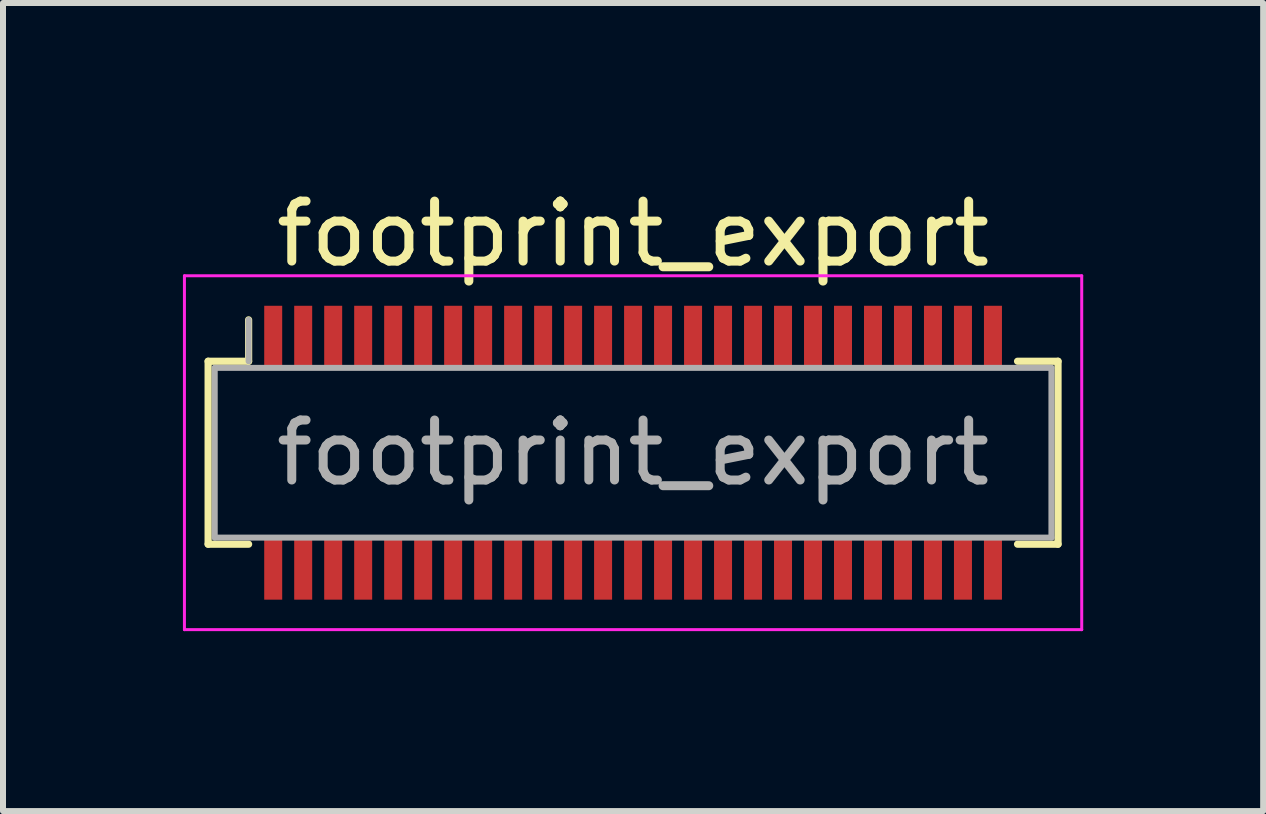
<source format=kicad_pcb>
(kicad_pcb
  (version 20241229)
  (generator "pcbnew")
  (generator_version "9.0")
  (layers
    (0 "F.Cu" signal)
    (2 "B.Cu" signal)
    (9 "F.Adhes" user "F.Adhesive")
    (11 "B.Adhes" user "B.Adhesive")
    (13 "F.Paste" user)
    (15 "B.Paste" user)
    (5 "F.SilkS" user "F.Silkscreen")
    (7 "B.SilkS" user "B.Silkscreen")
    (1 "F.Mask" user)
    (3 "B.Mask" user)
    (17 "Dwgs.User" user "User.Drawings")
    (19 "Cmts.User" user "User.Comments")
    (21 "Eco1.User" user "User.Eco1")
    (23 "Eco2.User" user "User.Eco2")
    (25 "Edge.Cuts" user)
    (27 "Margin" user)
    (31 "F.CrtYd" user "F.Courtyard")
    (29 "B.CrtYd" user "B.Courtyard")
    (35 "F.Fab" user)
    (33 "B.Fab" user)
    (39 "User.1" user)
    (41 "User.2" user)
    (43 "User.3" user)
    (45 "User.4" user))
  (footprint "footprint_export"
    (layer "F.Cu")
    (at 7.505 4.498)
    (property "Reference" "footprint_export" (at 0 -3.65 0) (layer "F.SilkS") (effects (font (size 1 1) (thickness 0.15))))
    (attr smd)
    (fp_line (start -7.085 -1.525) (end -6.41 -1.525) (stroke (width 0.12) (type solid)) (layer "F.SilkS"))
    (fp_line (start -7.085 1.525) (end -7.085 -1.525) (stroke (width 0.12) (type solid)) (layer "F.SilkS"))
    (fp_line (start -6.41 -1.525) (end -6.41 -2.215) (stroke (width 0.12) (type solid)) (layer "F.SilkS"))
    (fp_line (start -6.41 1.525) (end -7.085 1.525) (stroke (width 0.12) (type solid)) (layer "F.SilkS"))
    (fp_line (start 6.41 1.525) (end 7.085 1.525) (stroke (width 0.12) (type solid)) (layer "F.SilkS"))
    (fp_line (start 7.085 -1.525) (end 6.41 -1.525) (stroke (width 0.12) (type solid)) (layer "F.SilkS"))
    (fp_line (start 7.085 1.525) (end 7.085 -1.525) (stroke (width 0.12) (type solid)) (layer "F.SilkS"))
    (fp_line (start -7.48 -2.95) (end -7.48 2.95) (stroke (width 0.05) (type solid)) (layer "F.CrtYd"))
    (fp_line (start -7.48 2.95) (end 7.48 2.95) (stroke (width 0.05) (type solid)) (layer "F.CrtYd"))
    (fp_line (start 7.48 -2.95) (end -7.48 -2.95) (stroke (width 0.05) (type solid)) (layer "F.CrtYd"))
    (fp_line (start 7.48 2.95) (end 7.48 -2.95) (stroke (width 0.05) (type solid)) (layer "F.CrtYd"))
    (fp_line (start -6.975 -1.415) (end -6.975 1.415) (stroke (width 0.1) (type solid)) (layer "F.Fab"))
    (fp_line (start -6.975 1.415) (end 6.975 1.415) (stroke (width 0.1) (type solid)) (layer "F.Fab"))
    (fp_line (start -6.41 -1.525) (end -6.41 -2.215) (stroke (width 0.1) (type solid)) (layer "F.Fab"))
    (fp_line (start 6.975 -1.415) (end -6.975 -1.415) (stroke (width 0.1) (type solid)) (layer "F.Fab"))
    (fp_line (start 6.975 1.415) (end 6.975 -1.415) (stroke (width 0.1) (type solid)) (layer "F.Fab"))
    (fp_text user "${REFERENCE}" (at 0 0 0) (layer "F.Fab") (effects (font (size 1 1) (thickness 0.15))))
    (pad "1" smd rect (at -6 -1.95) (size 0.3 1) (layers "F.Cu" "F.Mask" "F.Paste"))
    (pad "2" smd rect (at -6 1.95) (size 0.3 1) (layers "F.Cu" "F.Mask" "F.Paste"))
    (pad "3" smd rect (at -5.5 -1.95) (size 0.3 1) (layers "F.Cu" "F.Mask" "F.Paste"))
    (pad "4" smd rect (at -5.5 1.95) (size 0.3 1) (layers "F.Cu" "F.Mask" "F.Paste"))
    (pad "5" smd rect (at -5 -1.95) (size 0.3 1) (layers "F.Cu" "F.Mask" "F.Paste"))
    (pad "6" smd rect (at -5 1.95) (size 0.3 1) (layers "F.Cu" "F.Mask" "F.Paste"))
    (pad "7" smd rect (at -4.5 -1.95) (size 0.3 1) (layers "F.Cu" "F.Mask" "F.Paste"))
    (pad "8" smd rect (at -4.5 1.95) (size 0.3 1) (layers "F.Cu" "F.Mask" "F.Paste"))
    (pad "9" smd rect (at -4 -1.95) (size 0.3 1) (layers "F.Cu" "F.Mask" "F.Paste"))
    (pad "10" smd rect (at -4 1.95) (size 0.3 1) (layers "F.Cu" "F.Mask" "F.Paste"))
    (pad "11" smd rect (at -3.5 -1.95) (size 0.3 1) (layers "F.Cu" "F.Mask" "F.Paste"))
    (pad "12" smd rect (at -3.5 1.95) (size 0.3 1) (layers "F.Cu" "F.Mask" "F.Paste"))
    (pad "13" smd rect (at -3 -1.95) (size 0.3 1) (layers "F.Cu" "F.Mask" "F.Paste"))
    (pad "14" smd rect (at -3 1.95) (size 0.3 1) (layers "F.Cu" "F.Mask" "F.Paste"))
    (pad "15" smd rect (at -2.5 -1.95) (size 0.3 1) (layers "F.Cu" "F.Mask" "F.Paste"))
    (pad "16" smd rect (at -2.5 1.95) (size 0.3 1) (layers "F.Cu" "F.Mask" "F.Paste"))
    (pad "17" smd rect (at -2 -1.95) (size 0.3 1) (layers "F.Cu" "F.Mask" "F.Paste"))
    (pad "18" smd rect (at -2 1.95) (size 0.3 1) (layers "F.Cu" "F.Mask" "F.Paste"))
    (pad "19" smd rect (at -1.5 -1.95) (size 0.3 1) (layers "F.Cu" "F.Mask" "F.Paste"))
    (pad "20" smd rect (at -1.5 1.95) (size 0.3 1) (layers "F.Cu" "F.Mask" "F.Paste"))
    (pad "21" smd rect (at -1 -1.95) (size 0.3 1) (layers "F.Cu" "F.Mask" "F.Paste"))
    (pad "22" smd rect (at -1 1.95) (size 0.3 1) (layers "F.Cu" "F.Mask" "F.Paste"))
    (pad "23" smd rect (at -0.5 -1.95) (size 0.3 1) (layers "F.Cu" "F.Mask" "F.Paste"))
    (pad "24" smd rect (at -0.5 1.95) (size 0.3 1) (layers "F.Cu" "F.Mask" "F.Paste"))
    (pad "25" smd rect (at 0 -1.95) (size 0.3 1) (layers "F.Cu" "F.Mask" "F.Paste"))
    (pad "26" smd rect (at 0 1.95) (size 0.3 1) (layers "F.Cu" "F.Mask" "F.Paste"))
    (pad "27" smd rect (at 0.5 -1.95) (size 0.3 1) (layers "F.Cu" "F.Mask" "F.Paste"))
    (pad "28" smd rect (at 0.5 1.95) (size 0.3 1) (layers "F.Cu" "F.Mask" "F.Paste"))
    (pad "29" smd rect (at 1 -1.95) (size 0.3 1) (layers "F.Cu" "F.Mask" "F.Paste"))
    (pad "30" smd rect (at 1 1.95) (size 0.3 1) (layers "F.Cu" "F.Mask" "F.Paste"))
    (pad "31" smd rect (at 1.5 -1.95) (size 0.3 1) (layers "F.Cu" "F.Mask" "F.Paste"))
    (pad "32" smd rect (at 1.5 1.95) (size 0.3 1) (layers "F.Cu" "F.Mask" "F.Paste"))
    (pad "33" smd rect (at 2 -1.95) (size 0.3 1) (layers "F.Cu" "F.Mask" "F.Paste"))
    (pad "34" smd rect (at 2 1.95) (size 0.3 1) (layers "F.Cu" "F.Mask" "F.Paste"))
    (pad "35" smd rect (at 2.5 -1.95) (size 0.3 1) (layers "F.Cu" "F.Mask" "F.Paste"))
    (pad "36" smd rect (at 2.5 1.95) (size 0.3 1) (layers "F.Cu" "F.Mask" "F.Paste"))
    (pad "37" smd rect (at 3 -1.95) (size 0.3 1) (layers "F.Cu" "F.Mask" "F.Paste"))
    (pad "38" smd rect (at 3 1.95) (size 0.3 1) (layers "F.Cu" "F.Mask" "F.Paste"))
    (pad "39" smd rect (at 3.5 -1.95) (size 0.3 1) (layers "F.Cu" "F.Mask" "F.Paste"))
    (pad "40" smd rect (at 3.5 1.95) (size 0.3 1) (layers "F.Cu" "F.Mask" "F.Paste"))
    (pad "41" smd rect (at 4 -1.95) (size 0.3 1) (layers "F.Cu" "F.Mask" "F.Paste"))
    (pad "42" smd rect (at 4 1.95) (size 0.3 1) (layers "F.Cu" "F.Mask" "F.Paste"))
    (pad "43" smd rect (at 4.5 -1.95) (size 0.3 1) (layers "F.Cu" "F.Mask" "F.Paste"))
    (pad "44" smd rect (at 4.5 1.95) (size 0.3 1) (layers "F.Cu" "F.Mask" "F.Paste"))
    (pad "45" smd rect (at 5 -1.95) (size 0.3 1) (layers "F.Cu" "F.Mask" "F.Paste"))
    (pad "46" smd rect (at 5 1.95) (size 0.3 1) (layers "F.Cu" "F.Mask" "F.Paste"))
    (pad "47" smd rect (at 5.5 -1.95) (size 0.3 1) (layers "F.Cu" "F.Mask" "F.Paste"))
    (pad "48" smd rect (at 5.5 1.95) (size 0.3 1) (layers "F.Cu" "F.Mask" "F.Paste"))
    (pad "49" smd rect (at 6 -1.95) (size 0.3 1) (layers "F.Cu" "F.Mask" "F.Paste"))
    (pad "50" smd rect (at 6 1.95) (size 0.3 1) (layers "F.Cu" "F.Mask" "F.Paste")))
  (gr_rect
    (start -3 -3)
    (end 18.01 10.473)
    (stroke (width 0.1) (type default))
    (fill no)
    (layer "Edge.Cuts")))
</source>
